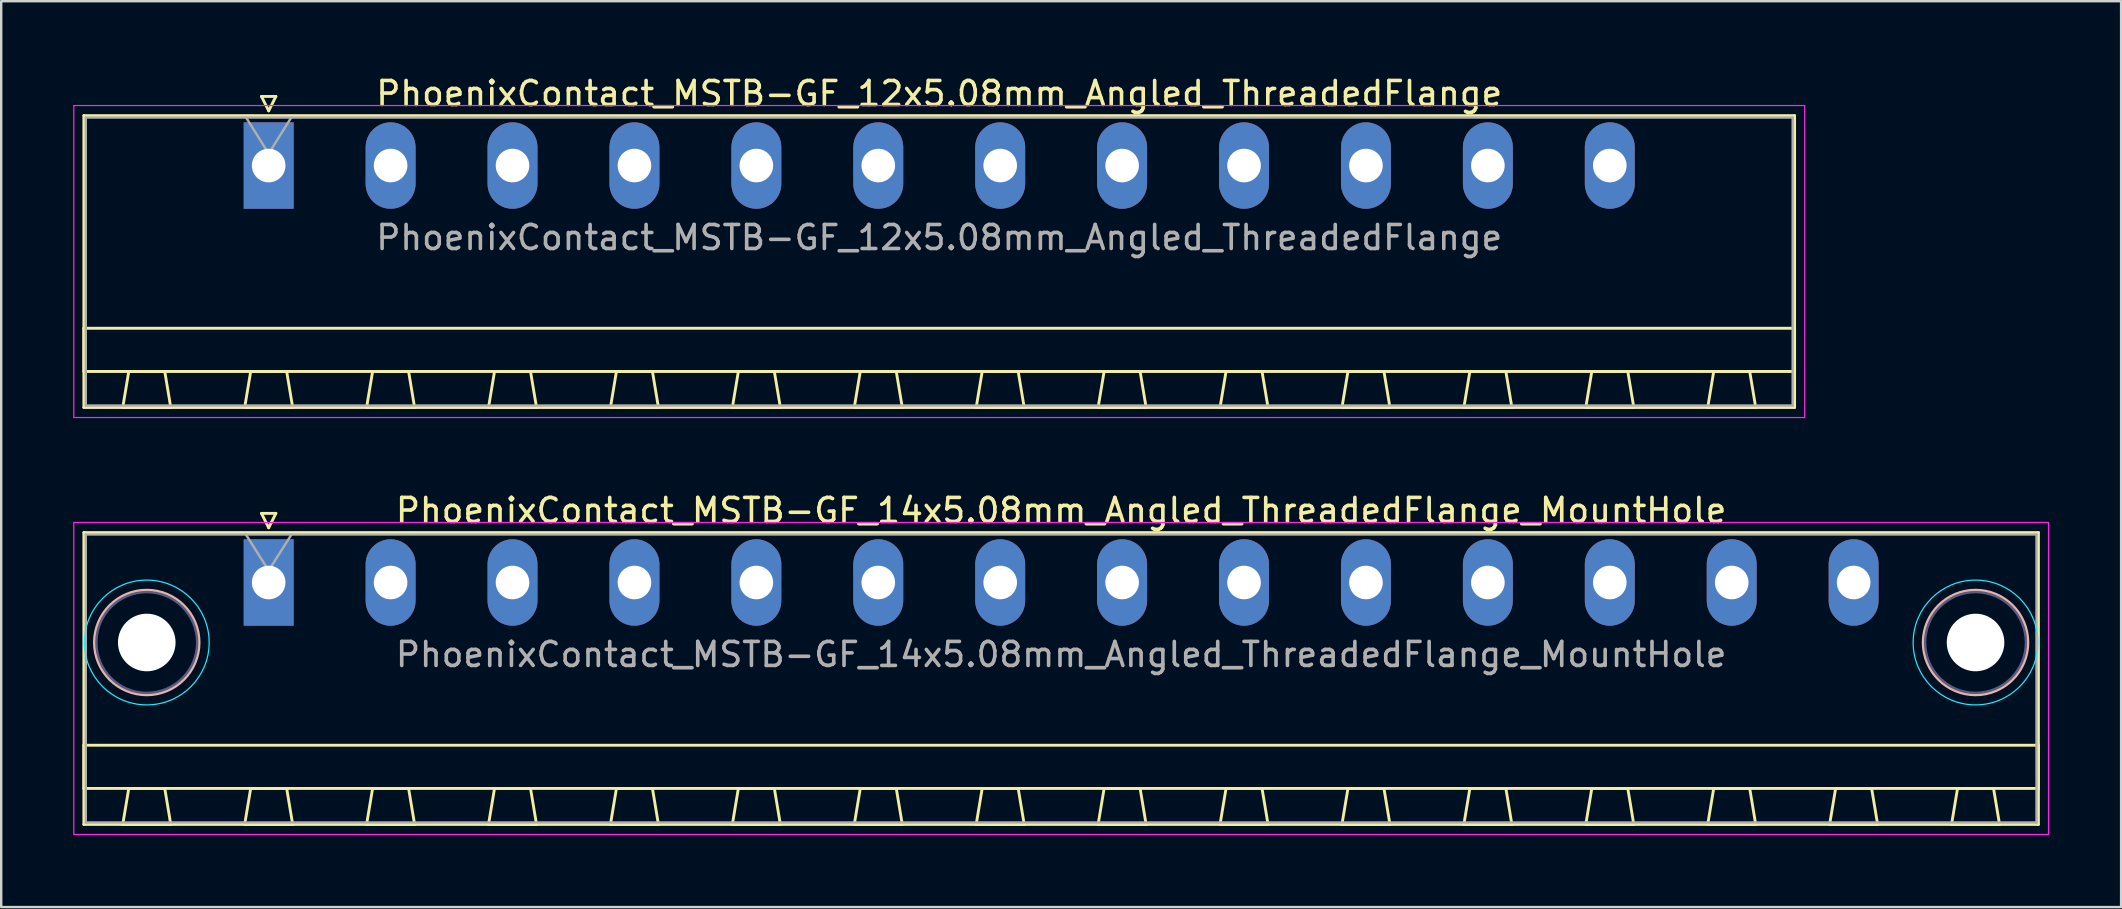
<source format=kicad_pcb>
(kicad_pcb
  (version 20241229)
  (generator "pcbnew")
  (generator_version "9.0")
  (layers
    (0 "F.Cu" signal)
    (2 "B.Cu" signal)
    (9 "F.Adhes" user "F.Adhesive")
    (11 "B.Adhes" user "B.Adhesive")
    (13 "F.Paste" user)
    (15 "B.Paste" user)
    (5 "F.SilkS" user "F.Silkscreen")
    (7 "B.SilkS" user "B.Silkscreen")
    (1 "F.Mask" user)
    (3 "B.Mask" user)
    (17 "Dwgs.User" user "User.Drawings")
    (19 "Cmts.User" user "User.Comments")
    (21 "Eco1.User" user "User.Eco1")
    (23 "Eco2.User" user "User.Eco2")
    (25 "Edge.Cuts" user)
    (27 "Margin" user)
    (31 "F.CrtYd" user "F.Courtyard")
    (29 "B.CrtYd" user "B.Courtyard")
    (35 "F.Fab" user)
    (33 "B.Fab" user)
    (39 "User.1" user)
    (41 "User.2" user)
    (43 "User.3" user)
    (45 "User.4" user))
  (footprint "PhoenixContact_MSTB-GF_14x5.08mm_Angled_ThreadedFlange_MountHole"
    (layer "F.Cu")
    (at 8.145 21.221)
    (property "Reference" "PhoenixContact_MSTB-GF_14x5.08mm_Angled_ThreadedFlange_MountHole" (at 33.02 -3 0) (layer "F.SilkS") (effects (font (size 1 1) (thickness 0.15))))
    (attr through_hole)
    (fp_line (start -7.7 -2.08) (end -7.7 10.08) (stroke (width 0.12) (type solid)) (layer "F.SilkS"))
    (fp_line (start -7.7 6.78) (end 73.74 6.78) (stroke (width 0.12) (type solid)) (layer "F.SilkS"))
    (fp_line (start -7.7 8.58) (end -7.7 6.78) (stroke (width 0.12) (type solid)) (layer "F.SilkS"))
    (fp_line (start -7.7 10.08) (end 73.74 10.08) (stroke (width 0.12) (type solid)) (layer "F.SilkS"))
    (fp_line (start -6.08 10.08) (end -4.08 10.08) (stroke (width 0.12) (type solid)) (layer "F.SilkS"))
    (fp_line (start -5.83 8.58) (end -6.08 10.08) (stroke (width 0.12) (type solid)) (layer "F.SilkS"))
    (fp_line (start -4.33 8.58) (end -5.83 8.58) (stroke (width 0.12) (type solid)) (layer "F.SilkS"))
    (fp_line (start -4.08 10.08) (end -4.33 8.58) (stroke (width 0.12) (type solid)) (layer "F.SilkS"))
    (fp_line (start -1 10.08) (end 1 10.08) (stroke (width 0.12) (type solid)) (layer "F.SilkS"))
    (fp_line (start -0.75 8.58) (end -1 10.08) (stroke (width 0.12) (type solid)) (layer "F.SilkS"))
    (fp_line (start -0.3 -2.88) (end 0.3 -2.88) (stroke (width 0.12) (type solid)) (layer "F.SilkS"))
    (fp_line (start 0 -2.28) (end -0.3 -2.88) (stroke (width 0.12) (type solid)) (layer "F.SilkS"))
    (fp_line (start 0.3 -2.88) (end 0 -2.28) (stroke (width 0.12) (type solid)) (layer "F.SilkS"))
    (fp_line (start 0.75 8.58) (end -0.75 8.58) (stroke (width 0.12) (type solid)) (layer "F.SilkS"))
    (fp_line (start 1 10.08) (end 0.75 8.58) (stroke (width 0.12) (type solid)) (layer "F.SilkS"))
    (fp_line (start 4.08 10.08) (end 6.08 10.08) (stroke (width 0.12) (type solid)) (layer "F.SilkS"))
    (fp_line (start 4.33 8.58) (end 4.08 10.08) (stroke (width 0.12) (type solid)) (layer "F.SilkS"))
    (fp_line (start 5.83 8.58) (end 4.33 8.58) (stroke (width 0.12) (type solid)) (layer "F.SilkS"))
    (fp_line (start 6.08 10.08) (end 5.83 8.58) (stroke (width 0.12) (type solid)) (layer "F.SilkS"))
    (fp_line (start 9.16 10.08) (end 11.16 10.08) (stroke (width 0.12) (type solid)) (layer "F.SilkS"))
    (fp_line (start 9.41 8.58) (end 9.16 10.08) (stroke (width 0.12) (type solid)) (layer "F.SilkS"))
    (fp_line (start 10.91 8.58) (end 9.41 8.58) (stroke (width 0.12) (type solid)) (layer "F.SilkS"))
    (fp_line (start 11.16 10.08) (end 10.91 8.58) (stroke (width 0.12) (type solid)) (layer "F.SilkS"))
    (fp_line (start 14.24 10.08) (end 16.24 10.08) (stroke (width 0.12) (type solid)) (layer "F.SilkS"))
    (fp_line (start 14.49 8.58) (end 14.24 10.08) (stroke (width 0.12) (type solid)) (layer "F.SilkS"))
    (fp_line (start 15.99 8.58) (end 14.49 8.58) (stroke (width 0.12) (type solid)) (layer "F.SilkS"))
    (fp_line (start 16.24 10.08) (end 15.99 8.58) (stroke (width 0.12) (type solid)) (layer "F.SilkS"))
    (fp_line (start 19.32 10.08) (end 21.32 10.08) (stroke (width 0.12) (type solid)) (layer "F.SilkS"))
    (fp_line (start 19.57 8.58) (end 19.32 10.08) (stroke (width 0.12) (type solid)) (layer "F.SilkS"))
    (fp_line (start 21.07 8.58) (end 19.57 8.58) (stroke (width 0.12) (type solid)) (layer "F.SilkS"))
    (fp_line (start 21.32 10.08) (end 21.07 8.58) (stroke (width 0.12) (type solid)) (layer "F.SilkS"))
    (fp_line (start 24.4 10.08) (end 26.4 10.08) (stroke (width 0.12) (type solid)) (layer "F.SilkS"))
    (fp_line (start 24.65 8.58) (end 24.4 10.08) (stroke (width 0.12) (type solid)) (layer "F.SilkS"))
    (fp_line (start 26.15 8.58) (end 24.65 8.58) (stroke (width 0.12) (type solid)) (layer "F.SilkS"))
    (fp_line (start 26.4 10.08) (end 26.15 8.58) (stroke (width 0.12) (type solid)) (layer "F.SilkS"))
    (fp_line (start 29.48 10.08) (end 31.48 10.08) (stroke (width 0.12) (type solid)) (layer "F.SilkS"))
    (fp_line (start 29.73 8.58) (end 29.48 10.08) (stroke (width 0.12) (type solid)) (layer "F.SilkS"))
    (fp_line (start 31.23 8.58) (end 29.73 8.58) (stroke (width 0.12) (type solid)) (layer "F.SilkS"))
    (fp_line (start 31.48 10.08) (end 31.23 8.58) (stroke (width 0.12) (type solid)) (layer "F.SilkS"))
    (fp_line (start 34.56 10.08) (end 36.56 10.08) (stroke (width 0.12) (type solid)) (layer "F.SilkS"))
    (fp_line (start 34.81 8.58) (end 34.56 10.08) (stroke (width 0.12) (type solid)) (layer "F.SilkS"))
    (fp_line (start 36.31 8.58) (end 34.81 8.58) (stroke (width 0.12) (type solid)) (layer "F.SilkS"))
    (fp_line (start 36.56 10.08) (end 36.31 8.58) (stroke (width 0.12) (type solid)) (layer "F.SilkS"))
    (fp_line (start 39.64 10.08) (end 41.64 10.08) (stroke (width 0.12) (type solid)) (layer "F.SilkS"))
    (fp_line (start 39.89 8.58) (end 39.64 10.08) (stroke (width 0.12) (type solid)) (layer "F.SilkS"))
    (fp_line (start 41.39 8.58) (end 39.89 8.58) (stroke (width 0.12) (type solid)) (layer "F.SilkS"))
    (fp_line (start 41.64 10.08) (end 41.39 8.58) (stroke (width 0.12) (type solid)) (layer "F.SilkS"))
    (fp_line (start 44.72 10.08) (end 46.72 10.08) (stroke (width 0.12) (type solid)) (layer "F.SilkS"))
    (fp_line (start 44.97 8.58) (end 44.72 10.08) (stroke (width 0.12) (type solid)) (layer "F.SilkS"))
    (fp_line (start 46.47 8.58) (end 44.97 8.58) (stroke (width 0.12) (type solid)) (layer "F.SilkS"))
    (fp_line (start 46.72 10.08) (end 46.47 8.58) (stroke (width 0.12) (type solid)) (layer "F.SilkS"))
    (fp_line (start 49.8 10.08) (end 51.8 10.08) (stroke (width 0.12) (type solid)) (layer "F.SilkS"))
    (fp_line (start 50.05 8.58) (end 49.8 10.08) (stroke (width 0.12) (type solid)) (layer "F.SilkS"))
    (fp_line (start 51.55 8.58) (end 50.05 8.58) (stroke (width 0.12) (type solid)) (layer "F.SilkS"))
    (fp_line (start 51.8 10.08) (end 51.55 8.58) (stroke (width 0.12) (type solid)) (layer "F.SilkS"))
    (fp_line (start 54.88 10.08) (end 56.88 10.08) (stroke (width 0.12) (type solid)) (layer "F.SilkS"))
    (fp_line (start 55.13 8.58) (end 54.88 10.08) (stroke (width 0.12) (type solid)) (layer "F.SilkS"))
    (fp_line (start 56.63 8.58) (end 55.13 8.58) (stroke (width 0.12) (type solid)) (layer "F.SilkS"))
    (fp_line (start 56.88 10.08) (end 56.63 8.58) (stroke (width 0.12) (type solid)) (layer "F.SilkS"))
    (fp_line (start 59.96 10.08) (end 61.96 10.08) (stroke (width 0.12) (type solid)) (layer "F.SilkS"))
    (fp_line (start 60.21 8.58) (end 59.96 10.08) (stroke (width 0.12) (type solid)) (layer "F.SilkS"))
    (fp_line (start 61.71 8.58) (end 60.21 8.58) (stroke (width 0.12) (type solid)) (layer "F.SilkS"))
    (fp_line (start 61.96 10.08) (end 61.71 8.58) (stroke (width 0.12) (type solid)) (layer "F.SilkS"))
    (fp_line (start 65.04 10.08) (end 67.04 10.08) (stroke (width 0.12) (type solid)) (layer "F.SilkS"))
    (fp_line (start 65.29 8.58) (end 65.04 10.08) (stroke (width 0.12) (type solid)) (layer "F.SilkS"))
    (fp_line (start 66.79 8.58) (end 65.29 8.58) (stroke (width 0.12) (type solid)) (layer "F.SilkS"))
    (fp_line (start 67.04 10.08) (end 66.79 8.58) (stroke (width 0.12) (type solid)) (layer "F.SilkS"))
    (fp_line (start 70.12 10.08) (end 72.12 10.08) (stroke (width 0.12) (type solid)) (layer "F.SilkS"))
    (fp_line (start 70.37 8.58) (end 70.12 10.08) (stroke (width 0.12) (type solid)) (layer "F.SilkS"))
    (fp_line (start 71.87 8.58) (end 70.37 8.58) (stroke (width 0.12) (type solid)) (layer "F.SilkS"))
    (fp_line (start 72.12 10.08) (end 71.87 8.58) (stroke (width 0.12) (type solid)) (layer "F.SilkS"))
    (fp_line (start 73.74 -2.08) (end -7.7 -2.08) (stroke (width 0.12) (type solid)) (layer "F.SilkS"))
    (fp_line (start 73.74 6.78) (end 73.74 8.58) (stroke (width 0.12) (type solid)) (layer "F.SilkS"))
    (fp_line (start 73.74 8.58) (end -7.7 8.58) (stroke (width 0.12) (type solid)) (layer "F.SilkS"))
    (fp_line (start 73.74 10.08) (end 73.74 -2.08) (stroke (width 0.12) (type solid)) (layer "F.SilkS"))
    (fp_circle (center -5.08 2.5) (end -2.9 2.5) (stroke (width 0.12) (type solid)) (fill no) (layer "B.SilkS"))
    (fp_circle (center 71.12 2.5) (end 73.3 2.5) (stroke (width 0.12) (type solid)) (fill no) (layer "B.SilkS"))
    (fp_circle (center -5.08 2.5) (end -2.48 2.5) (stroke (width 0.05) (type solid)) (fill no) (layer "B.CrtYd"))
    (fp_circle (center 71.12 2.5) (end 73.72 2.5) (stroke (width 0.05) (type solid)) (fill no) (layer "B.CrtYd"))
    (fp_line (start -8.12 -2.5) (end -8.12 10.5) (stroke (width 0.05) (type solid)) (layer "F.CrtYd"))
    (fp_line (start -8.12 10.5) (end 74.16 10.5) (stroke (width 0.05) (type solid)) (layer "F.CrtYd"))
    (fp_line (start 74.16 -2.5) (end -8.12 -2.5) (stroke (width 0.05) (type solid)) (layer "F.CrtYd"))
    (fp_line (start 74.16 10.5) (end 74.16 -2.5) (stroke (width 0.05) (type solid)) (layer "F.CrtYd"))
    (fp_circle (center -5.08 2.5) (end -2.98 2.5) (stroke (width 0.1) (type solid)) (fill no) (layer "B.Fab"))
    (fp_circle (center 71.12 2.5) (end 73.22 2.5) (stroke (width 0.1) (type solid)) (fill no) (layer "B.Fab"))
    (fp_line (start -7.62 -2) (end -7.62 10) (stroke (width 0.1) (type solid)) (layer "F.Fab"))
    (fp_line (start -7.62 10) (end 73.66 10) (stroke (width 0.1) (type solid)) (layer "F.Fab"))
    (fp_line (start 0 -0.5) (end -0.95 -2) (stroke (width 0.1) (type solid)) (layer "F.Fab"))
    (fp_line (start 0.95 -2) (end 0 -0.5) (stroke (width 0.1) (type solid)) (layer "F.Fab"))
    (fp_line (start 73.66 -2) (end -7.62 -2) (stroke (width 0.1) (type solid)) (layer "F.Fab"))
    (fp_line (start 73.66 10) (end 73.66 -2) (stroke (width 0.1) (type solid)) (layer "F.Fab"))
    (fp_text user "${REFERENCE}" (at 33.02 3 0) (layer "F.Fab") (effects (font (size 1 1) (thickness 0.15))))
    (pad "" np_thru_hole circle (at -5.08 2.5) (size 2.4 2.4) (drill 2.4) (layers "*.Cu" "*.Mask"))
    (pad "" np_thru_hole circle (at 71.12 2.5) (size 2.4 2.4) (drill 2.4) (layers "*.Cu" "*.Mask"))
    (pad "1" thru_hole rect (at 0 0) (size 2.08 3.6) (drill 1.4) (layers "*.Cu" "*.Mask"))
    (pad "2" thru_hole oval (at 5.08 0) (size 2.08 3.6) (drill 1.4) (layers "*.Cu" "*.Mask"))
    (pad "3" thru_hole oval (at 10.16 0) (size 2.08 3.6) (drill 1.4) (layers "*.Cu" "*.Mask"))
    (pad "4" thru_hole oval (at 15.24 0) (size 2.08 3.6) (drill 1.4) (layers "*.Cu" "*.Mask"))
    (pad "5" thru_hole oval (at 20.32 0) (size 2.08 3.6) (drill 1.4) (layers "*.Cu" "*.Mask"))
    (pad "6" thru_hole oval (at 25.4 0) (size 2.08 3.6) (drill 1.4) (layers "*.Cu" "*.Mask"))
    (pad "7" thru_hole oval (at 30.48 0) (size 2.08 3.6) (drill 1.4) (layers "*.Cu" "*.Mask"))
    (pad "8" thru_hole oval (at 35.56 0) (size 2.08 3.6) (drill 1.4) (layers "*.Cu" "*.Mask"))
    (pad "9" thru_hole oval (at 40.64 0) (size 2.08 3.6) (drill 1.4) (layers "*.Cu" "*.Mask"))
    (pad "10" thru_hole oval (at 45.72 0) (size 2.08 3.6) (drill 1.4) (layers "*.Cu" "*.Mask"))
    (pad "11" thru_hole oval (at 50.8 0) (size 2.08 3.6) (drill 1.4) (layers "*.Cu" "*.Mask"))
    (pad "12" thru_hole oval (at 55.88 0) (size 2.08 3.6) (drill 1.4) (layers "*.Cu" "*.Mask"))
    (pad "13" thru_hole oval (at 60.96 0) (size 2.08 3.6) (drill 1.4) (layers "*.Cu" "*.Mask"))
    (pad "14" thru_hole oval (at 66.04 0) (size 2.08 3.6) (drill 1.4) (layers "*.Cu" "*.Mask")))
  (footprint "PhoenixContact_MSTB-GF_12x5.08mm_Angled_ThreadedFlange"
    (layer "F.Cu")
    (at 8.145 3.848)
    (property "Reference" "PhoenixContact_MSTB-GF_12x5.08mm_Angled_ThreadedFlange" (at 27.94 -3 0) (layer "F.SilkS") (effects (font (size 1 1) (thickness 0.15))))
    (attr through_hole)
    (fp_line (start -7.7 -2.08) (end -7.7 10.08) (stroke (width 0.12) (type solid)) (layer "F.SilkS"))
    (fp_line (start -7.7 6.78) (end 63.58 6.78) (stroke (width 0.12) (type solid)) (layer "F.SilkS"))
    (fp_line (start -7.7 8.58) (end -7.7 6.78) (stroke (width 0.12) (type solid)) (layer "F.SilkS"))
    (fp_line (start -7.7 10.08) (end 63.58 10.08) (stroke (width 0.12) (type solid)) (layer "F.SilkS"))
    (fp_line (start -6.08 10.08) (end -4.08 10.08) (stroke (width 0.12) (type solid)) (layer "F.SilkS"))
    (fp_line (start -5.83 8.58) (end -6.08 10.08) (stroke (width 0.12) (type solid)) (layer "F.SilkS"))
    (fp_line (start -4.33 8.58) (end -5.83 8.58) (stroke (width 0.12) (type solid)) (layer "F.SilkS"))
    (fp_line (start -4.08 10.08) (end -4.33 8.58) (stroke (width 0.12) (type solid)) (layer "F.SilkS"))
    (fp_line (start -1 10.08) (end 1 10.08) (stroke (width 0.12) (type solid)) (layer "F.SilkS"))
    (fp_line (start -0.75 8.58) (end -1 10.08) (stroke (width 0.12) (type solid)) (layer "F.SilkS"))
    (fp_line (start -0.3 -2.88) (end 0.3 -2.88) (stroke (width 0.12) (type solid)) (layer "F.SilkS"))
    (fp_line (start 0 -2.28) (end -0.3 -2.88) (stroke (width 0.12) (type solid)) (layer "F.SilkS"))
    (fp_line (start 0.3 -2.88) (end 0 -2.28) (stroke (width 0.12) (type solid)) (layer "F.SilkS"))
    (fp_line (start 0.75 8.58) (end -0.75 8.58) (stroke (width 0.12) (type solid)) (layer "F.SilkS"))
    (fp_line (start 1 10.08) (end 0.75 8.58) (stroke (width 0.12) (type solid)) (layer "F.SilkS"))
    (fp_line (start 4.08 10.08) (end 6.08 10.08) (stroke (width 0.12) (type solid)) (layer "F.SilkS"))
    (fp_line (start 4.33 8.58) (end 4.08 10.08) (stroke (width 0.12) (type solid)) (layer "F.SilkS"))
    (fp_line (start 5.83 8.58) (end 4.33 8.58) (stroke (width 0.12) (type solid)) (layer "F.SilkS"))
    (fp_line (start 6.08 10.08) (end 5.83 8.58) (stroke (width 0.12) (type solid)) (layer "F.SilkS"))
    (fp_line (start 9.16 10.08) (end 11.16 10.08) (stroke (width 0.12) (type solid)) (layer "F.SilkS"))
    (fp_line (start 9.41 8.58) (end 9.16 10.08) (stroke (width 0.12) (type solid)) (layer "F.SilkS"))
    (fp_line (start 10.91 8.58) (end 9.41 8.58) (stroke (width 0.12) (type solid)) (layer "F.SilkS"))
    (fp_line (start 11.16 10.08) (end 10.91 8.58) (stroke (width 0.12) (type solid)) (layer "F.SilkS"))
    (fp_line (start 14.24 10.08) (end 16.24 10.08) (stroke (width 0.12) (type solid)) (layer "F.SilkS"))
    (fp_line (start 14.49 8.58) (end 14.24 10.08) (stroke (width 0.12) (type solid)) (layer "F.SilkS"))
    (fp_line (start 15.99 8.58) (end 14.49 8.58) (stroke (width 0.12) (type solid)) (layer "F.SilkS"))
    (fp_line (start 16.24 10.08) (end 15.99 8.58) (stroke (width 0.12) (type solid)) (layer "F.SilkS"))
    (fp_line (start 19.32 10.08) (end 21.32 10.08) (stroke (width 0.12) (type solid)) (layer "F.SilkS"))
    (fp_line (start 19.57 8.58) (end 19.32 10.08) (stroke (width 0.12) (type solid)) (layer "F.SilkS"))
    (fp_line (start 21.07 8.58) (end 19.57 8.58) (stroke (width 0.12) (type solid)) (layer "F.SilkS"))
    (fp_line (start 21.32 10.08) (end 21.07 8.58) (stroke (width 0.12) (type solid)) (layer "F.SilkS"))
    (fp_line (start 24.4 10.08) (end 26.4 10.08) (stroke (width 0.12) (type solid)) (layer "F.SilkS"))
    (fp_line (start 24.65 8.58) (end 24.4 10.08) (stroke (width 0.12) (type solid)) (layer "F.SilkS"))
    (fp_line (start 26.15 8.58) (end 24.65 8.58) (stroke (width 0.12) (type solid)) (layer "F.SilkS"))
    (fp_line (start 26.4 10.08) (end 26.15 8.58) (stroke (width 0.12) (type solid)) (layer "F.SilkS"))
    (fp_line (start 29.48 10.08) (end 31.48 10.08) (stroke (width 0.12) (type solid)) (layer "F.SilkS"))
    (fp_line (start 29.73 8.58) (end 29.48 10.08) (stroke (width 0.12) (type solid)) (layer "F.SilkS"))
    (fp_line (start 31.23 8.58) (end 29.73 8.58) (stroke (width 0.12) (type solid)) (layer "F.SilkS"))
    (fp_line (start 31.48 10.08) (end 31.23 8.58) (stroke (width 0.12) (type solid)) (layer "F.SilkS"))
    (fp_line (start 34.56 10.08) (end 36.56 10.08) (stroke (width 0.12) (type solid)) (layer "F.SilkS"))
    (fp_line (start 34.81 8.58) (end 34.56 10.08) (stroke (width 0.12) (type solid)) (layer "F.SilkS"))
    (fp_line (start 36.31 8.58) (end 34.81 8.58) (stroke (width 0.12) (type solid)) (layer "F.SilkS"))
    (fp_line (start 36.56 10.08) (end 36.31 8.58) (stroke (width 0.12) (type solid)) (layer "F.SilkS"))
    (fp_line (start 39.64 10.08) (end 41.64 10.08) (stroke (width 0.12) (type solid)) (layer "F.SilkS"))
    (fp_line (start 39.89 8.58) (end 39.64 10.08) (stroke (width 0.12) (type solid)) (layer "F.SilkS"))
    (fp_line (start 41.39 8.58) (end 39.89 8.58) (stroke (width 0.12) (type solid)) (layer "F.SilkS"))
    (fp_line (start 41.64 10.08) (end 41.39 8.58) (stroke (width 0.12) (type solid)) (layer "F.SilkS"))
    (fp_line (start 44.72 10.08) (end 46.72 10.08) (stroke (width 0.12) (type solid)) (layer "F.SilkS"))
    (fp_line (start 44.97 8.58) (end 44.72 10.08) (stroke (width 0.12) (type solid)) (layer "F.SilkS"))
    (fp_line (start 46.47 8.58) (end 44.97 8.58) (stroke (width 0.12) (type solid)) (layer "F.SilkS"))
    (fp_line (start 46.72 10.08) (end 46.47 8.58) (stroke (width 0.12) (type solid)) (layer "F.SilkS"))
    (fp_line (start 49.8 10.08) (end 51.8 10.08) (stroke (width 0.12) (type solid)) (layer "F.SilkS"))
    (fp_line (start 50.05 8.58) (end 49.8 10.08) (stroke (width 0.12) (type solid)) (layer "F.SilkS"))
    (fp_line (start 51.55 8.58) (end 50.05 8.58) (stroke (width 0.12) (type solid)) (layer "F.SilkS"))
    (fp_line (start 51.8 10.08) (end 51.55 8.58) (stroke (width 0.12) (type solid)) (layer "F.SilkS"))
    (fp_line (start 54.88 10.08) (end 56.88 10.08) (stroke (width 0.12) (type solid)) (layer "F.SilkS"))
    (fp_line (start 55.13 8.58) (end 54.88 10.08) (stroke (width 0.12) (type solid)) (layer "F.SilkS"))
    (fp_line (start 56.63 8.58) (end 55.13 8.58) (stroke (width 0.12) (type solid)) (layer "F.SilkS"))
    (fp_line (start 56.88 10.08) (end 56.63 8.58) (stroke (width 0.12) (type solid)) (layer "F.SilkS"))
    (fp_line (start 59.96 10.08) (end 61.96 10.08) (stroke (width 0.12) (type solid)) (layer "F.SilkS"))
    (fp_line (start 60.21 8.58) (end 59.96 10.08) (stroke (width 0.12) (type solid)) (layer "F.SilkS"))
    (fp_line (start 61.71 8.58) (end 60.21 8.58) (stroke (width 0.12) (type solid)) (layer "F.SilkS"))
    (fp_line (start 61.96 10.08) (end 61.71 8.58) (stroke (width 0.12) (type solid)) (layer "F.SilkS"))
    (fp_line (start 63.58 -2.08) (end -7.7 -2.08) (stroke (width 0.12) (type solid)) (layer "F.SilkS"))
    (fp_line (start 63.58 6.78) (end 63.58 8.58) (stroke (width 0.12) (type solid)) (layer "F.SilkS"))
    (fp_line (start 63.58 8.58) (end -7.7 8.58) (stroke (width 0.12) (type solid)) (layer "F.SilkS"))
    (fp_line (start 63.58 10.08) (end 63.58 -2.08) (stroke (width 0.12) (type solid)) (layer "F.SilkS"))
    (fp_line (start -8.12 -2.5) (end -8.12 10.5) (stroke (width 0.05) (type solid)) (layer "F.CrtYd"))
    (fp_line (start -8.12 10.5) (end 64 10.5) (stroke (width 0.05) (type solid)) (layer "F.CrtYd"))
    (fp_line (start 64 -2.5) (end -8.12 -2.5) (stroke (width 0.05) (type solid)) (layer "F.CrtYd"))
    (fp_line (start 64 10.5) (end 64 -2.5) (stroke (width 0.05) (type solid)) (layer "F.CrtYd"))
    (fp_line (start -7.62 -2) (end -7.62 10) (stroke (width 0.1) (type solid)) (layer "F.Fab"))
    (fp_line (start -7.62 10) (end 63.5 10) (stroke (width 0.1) (type solid)) (layer "F.Fab"))
    (fp_line (start 0 -0.5) (end -0.94 -2) (stroke (width 0.1) (type solid)) (layer "F.Fab"))
    (fp_line (start 0.94 -2) (end 0 -0.5) (stroke (width 0.1) (type solid)) (layer "F.Fab"))
    (fp_line (start 63.5 -2) (end -7.62 -2) (stroke (width 0.1) (type solid)) (layer "F.Fab"))
    (fp_line (start 63.5 10) (end 63.5 -2) (stroke (width 0.1) (type solid)) (layer "F.Fab"))
    (fp_text user "${REFERENCE}" (at 27.94 3 0) (layer "F.Fab") (effects (font (size 1 1) (thickness 0.15))))
    (pad "1" thru_hole rect (at 0 0) (size 2.08 3.6) (drill 1.4) (layers "*.Cu" "*.Mask"))
    (pad "2" thru_hole oval (at 5.08 0) (size 2.08 3.6) (drill 1.4) (layers "*.Cu" "*.Mask"))
    (pad "3" thru_hole oval (at 10.16 0) (size 2.08 3.6) (drill 1.4) (layers "*.Cu" "*.Mask"))
    (pad "4" thru_hole oval (at 15.24 0) (size 2.08 3.6) (drill 1.4) (layers "*.Cu" "*.Mask"))
    (pad "5" thru_hole oval (at 20.32 0) (size 2.08 3.6) (drill 1.4) (layers "*.Cu" "*.Mask"))
    (pad "6" thru_hole oval (at 25.4 0) (size 2.08 3.6) (drill 1.4) (layers "*.Cu" "*.Mask"))
    (pad "7" thru_hole oval (at 30.48 0) (size 2.08 3.6) (drill 1.4) (layers "*.Cu" "*.Mask"))
    (pad "8" thru_hole oval (at 35.56 0) (size 2.08 3.6) (drill 1.4) (layers "*.Cu" "*.Mask"))
    (pad "9" thru_hole oval (at 40.64 0) (size 2.08 3.6) (drill 1.4) (layers "*.Cu" "*.Mask"))
    (pad "10" thru_hole oval (at 45.72 0) (size 2.08 3.6) (drill 1.4) (layers "*.Cu" "*.Mask"))
    (pad "11" thru_hole oval (at 50.8 0) (size 2.08 3.6) (drill 1.4) (layers "*.Cu" "*.Mask"))
    (pad "12" thru_hole oval (at 55.88 0) (size 2.08 3.6) (drill 1.4) (layers "*.Cu" "*.Mask")))
  (gr_rect
    (start -3 -3)
    (end 85.33 34.746)
    (stroke (width 0.1) (type default))
    (fill no)
    (layer "Edge.Cuts")))
</source>
